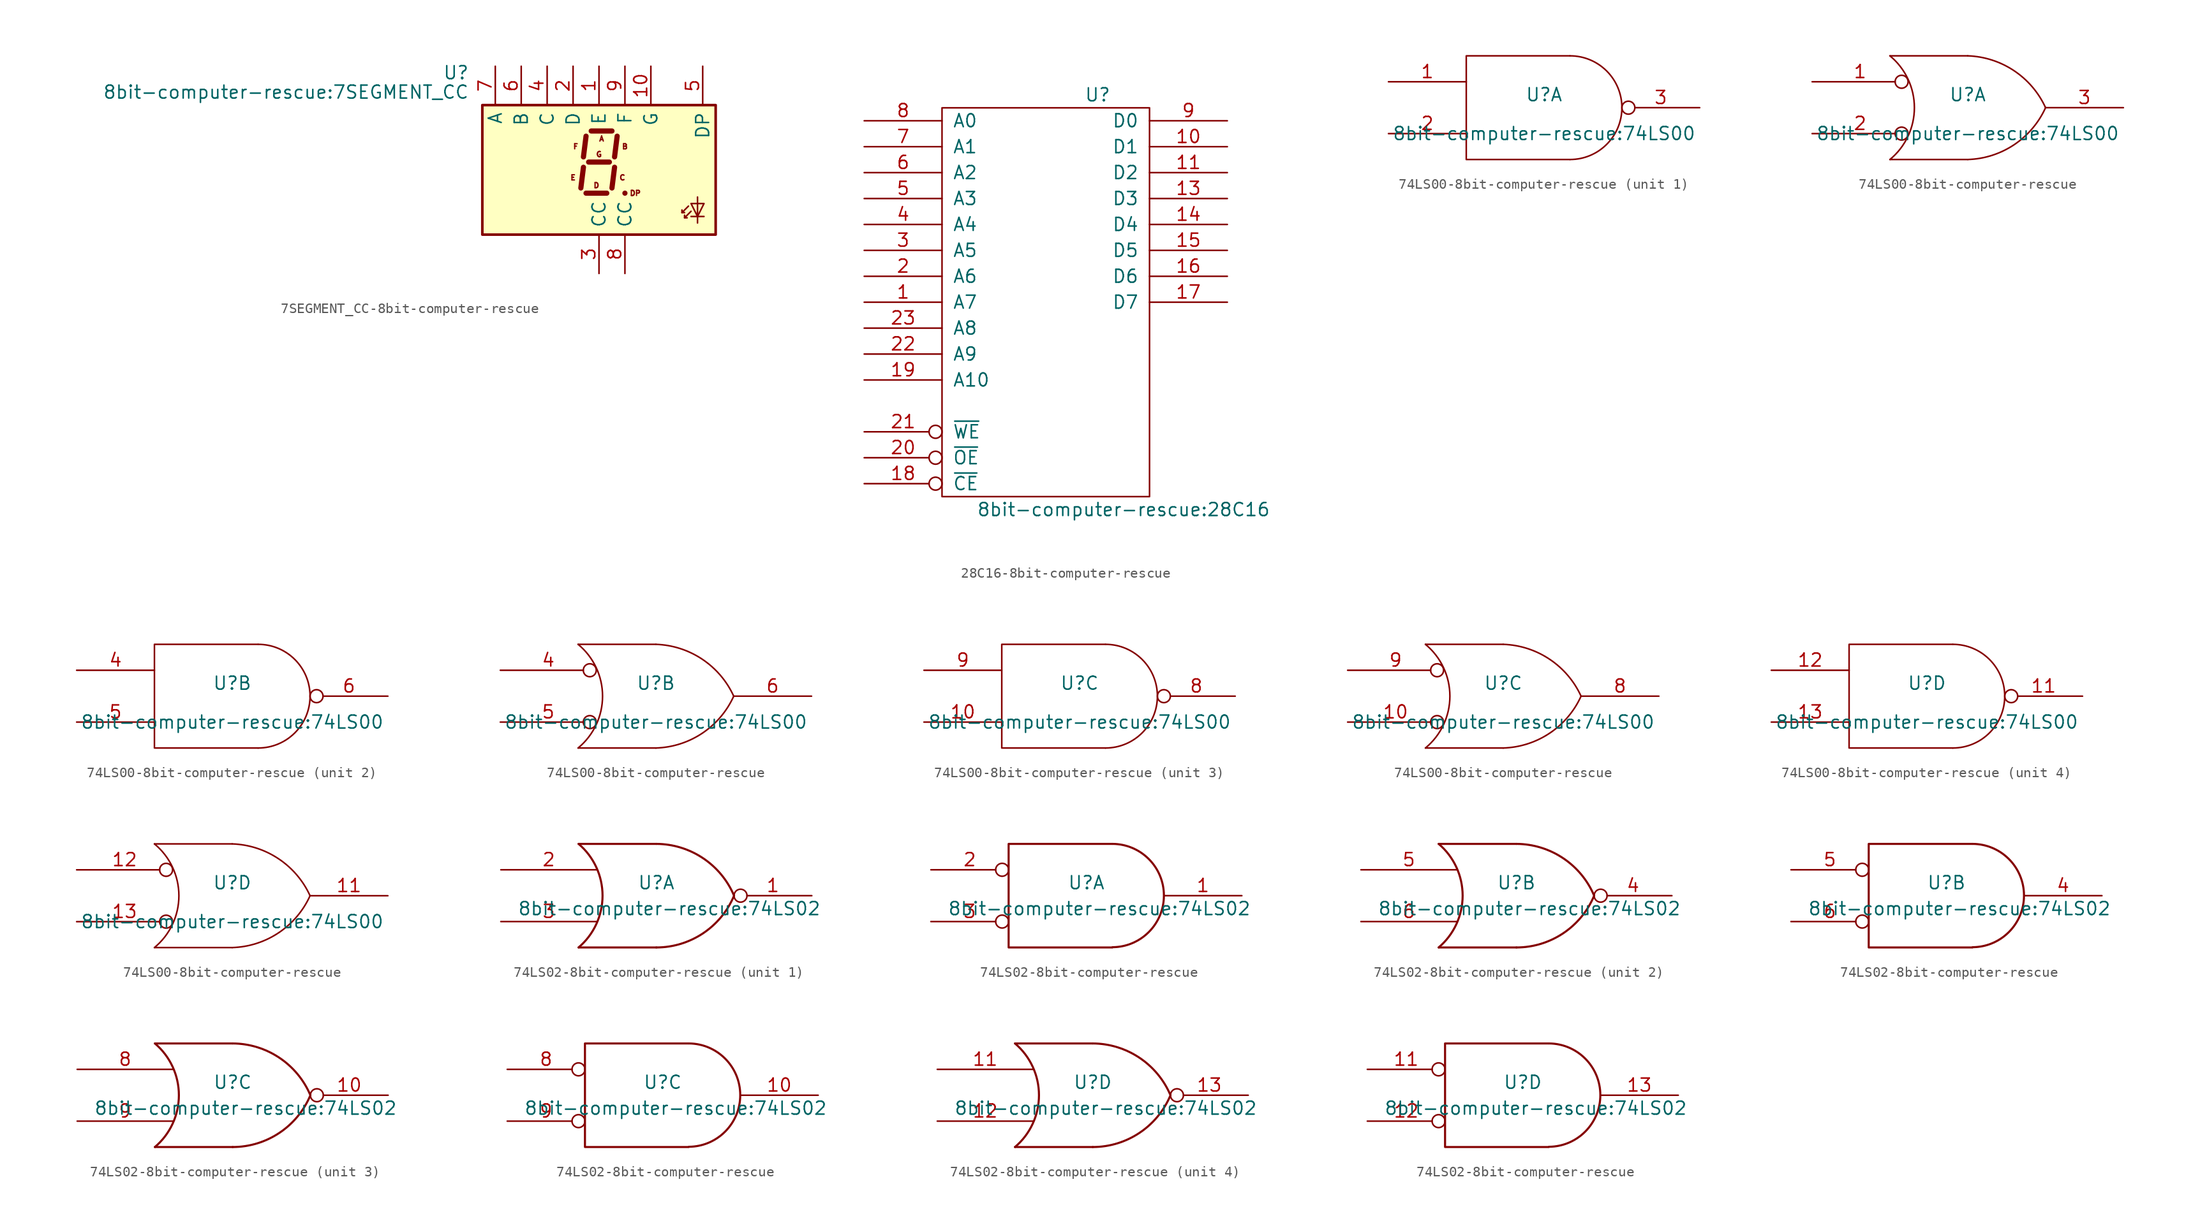
<source format=kicad_sym>
(kicad_symbol_lib
  (version 20220914)
  (generator kicad_symbol_editor)
  (symbol "7SEGMENT_CC-8bit-computer-rescue"
    (pin_names
      (offset 0.635))
    (property "Reference" "U"
      (at -12.7 9.525 0)
      (effects (font (size 1.27 1.27)) (justify right)))
    (property "Value" "8bit-computer-rescue:7SEGMENT_CC"
      (at -12.7 7.62 0)
      (effects (font (size 1.27 1.27)) (justify right)))
    (symbol "7SEGMENT_CC-8bit-computer-rescue_0_0"
      (text "A" (at 0.254 3.048 0) (effects (font (size 0.508 0.508))))
      (text "B" (at 2.54 2.286 0) (effects (font (size 0.508 0.508))))
      (text "C" (at 2.286 -0.762 0) (effects (font (size 0.508 0.508))))
      (text "D" (at -0.254 -1.524 0) (effects (font (size 0.508 0.508))))
      (text "DP" (at 3.556 -2.286 0) (effects (font (size 0.508 0.508))))
      (text "E" (at -2.54 -0.762 0) (effects (font (size 0.508 0.508))))
      (text "F" (at -2.286 2.286 0) (effects (font (size 0.508 0.508))))
      (text "G" (at 0 1.524 0) (effects (font (size 0.508 0.508)))))
    (symbol "7SEGMENT_CC-8bit-computer-rescue_0_1"
      (rectangle (start -11.43 -6.35) (end 11.43 6.35) (stroke (width 0.254) (type solid)) (fill (type background)))
      (polyline (pts (xy -1.524 0.254) (xy -1.778 -1.778)) (stroke (width 0.508) (type solid)) (fill (type none)))
      (polyline (pts (xy -1.27 -2.286) (xy 0.762 -2.286)) (stroke (width 0.508) (type solid)) (fill (type none)))
      (polyline (pts (xy -1.27 3.302) (xy -1.524 1.27)) (stroke (width 0.508) (type solid)) (fill (type none)))
      (polyline (pts (xy -1.016 0.762) (xy 1.016 0.762)) (stroke (width 0.508) (type solid)) (fill (type none)))
      (polyline (pts (xy -0.762 3.81) (xy 1.27 3.81)) (stroke (width 0.508) (type solid)) (fill (type none)))
      (polyline (pts (xy 1.524 0.254) (xy 1.27 -1.778)) (stroke (width 0.508) (type solid)) (fill (type none)))
      (polyline (pts (xy 1.778 3.302) (xy 1.524 1.27)) (stroke (width 0.508) (type solid)) (fill (type none)))
      (polyline (pts (xy 2.54 -2.286) (xy 2.54 -2.286)) (stroke (width 0.508) (type solid)) (fill (type none)))
      (polyline (pts (xy 8.763 -3.556) (xy 8.128 -4.191)) (stroke (width 0) (type solid)) (fill (type none)))
      (polyline (pts (xy 9.017 -4.572) (xy 10.287 -4.572)) (stroke (width 0) (type solid)) (fill (type none)))
      (polyline (pts (xy 9.017 -4.064) (xy 8.382 -4.699)) (stroke (width 0) (type solid)) (fill (type none)))
      (polyline (pts (xy 9.652 -5.207) (xy 9.652 -2.667)) (stroke (width 0) (type solid)) (fill (type none)))
      (polyline (pts (xy 8.128 -3.937) (xy 8.128 -4.191) (xy 8.382 -4.191)) (stroke (width 0) (type solid)) (fill (type none)))
      (polyline (pts (xy 8.382 -4.445) (xy 8.382 -4.699) (xy 8.636 -4.699)) (stroke (width 0) (type solid)) (fill (type none)))
      (polyline (pts (xy 9.017 -3.302) (xy 10.287 -3.302) (xy 9.652 -4.572) (xy 9.017 -3.302)) (stroke (width 0) (type solid)) (fill (type none))))
    (symbol "7SEGMENT_CC-8bit-computer-rescue_1_1"
      (pin input line (at 0 10.16 270) (length 3.81) (name "E" (effects (font (size 1.27 1.27)))) (number "1" (effects (font (size 1.27 1.27)))))
      (pin input line (at 5.08 10.16 270) (length 3.81) (name "G" (effects (font (size 1.27 1.27)))) (number "10" (effects (font (size 1.27 1.27)))))
      (pin input line (at -2.54 10.16 270) (length 3.81) (name "D" (effects (font (size 1.27 1.27)))) (number "2" (effects (font (size 1.27 1.27)))))
      (pin input line (at 0 -10.16 90) (length 3.81) (name "CC" (effects (font (size 1.27 1.27)))) (number "3" (effects (font (size 1.27 1.27)))))
      (pin input line (at -5.08 10.16 270) (length 3.81) (name "C" (effects (font (size 1.27 1.27)))) (number "4" (effects (font (size 1.27 1.27)))))
      (pin input line (at 10.16 10.16 270) (length 3.81) (name "DP" (effects (font (size 1.27 1.27)))) (number "5" (effects (font (size 1.27 1.27)))))
      (pin input line (at -7.62 10.16 270) (length 3.81) (name "B" (effects (font (size 1.27 1.27)))) (number "6" (effects (font (size 1.27 1.27)))))
      (pin input line (at -10.16 10.16 270) (length 3.81) (name "A" (effects (font (size 1.27 1.27)))) (number "7" (effects (font (size 1.27 1.27)))))
      (pin input line (at 2.54 -10.16 90) (length 3.81) (name "CC" (effects (font (size 1.27 1.27)))) (number "8" (effects (font (size 1.27 1.27)))))
      (pin input line (at 2.54 10.16 270) (length 3.81) (name "F" (effects (font (size 1.27 1.27)))) (number "9" (effects (font (size 1.27 1.27)))))))
  (symbol "28C16-8bit-computer-rescue"
    (pin_names
      (offset 1.016))
    (property "Reference" "U"
      (at 5.08 20.32 0)
      (effects (font (size 1.27 1.27))))
    (property "Value" "8bit-computer-rescue:28C16"
      (at 7.62 -20.32 0)
      (effects (font (size 1.27 1.27))))
    (symbol "28C16-8bit-computer-rescue_0_0"
      (pin power_in line (at 0 -20.32 90) (length 1.27) hide (name "GND" (effects (font (size 1.27 1.27)))) (number "12" (effects (font (size 1.27 1.27)))))
      (pin power_in line (at 0 20.32 270) (length 1.27) hide (name "VCC" (effects (font (size 1.27 1.27)))) (number "24" (effects (font (size 1.27 1.27))))))
    (symbol "28C16-8bit-computer-rescue_0_1"
      (rectangle (start -10.16 19.05) (end 10.16 -19.05) (stroke (width 0) (type solid)) (fill (type none))))
    (symbol "28C16-8bit-computer-rescue_1_1"
      (pin input line (at -17.78 0 0) (length 7.62) (name "A7" (effects (font (size 1.27 1.27)))) (number "1" (effects (font (size 1.27 1.27)))))
      (pin tri_state line (at 17.78 15.24 180) (length 7.62) (name "D1" (effects (font (size 1.27 1.27)))) (number "10" (effects (font (size 1.27 1.27)))))
      (pin tri_state line (at 17.78 12.7 180) (length 7.62) (name "D2" (effects (font (size 1.27 1.27)))) (number "11" (effects (font (size 1.27 1.27)))))
      (pin tri_state line (at 17.78 10.16 180) (length 7.62) (name "D3" (effects (font (size 1.27 1.27)))) (number "13" (effects (font (size 1.27 1.27)))))
      (pin tri_state line (at 17.78 7.62 180) (length 7.62) (name "D4" (effects (font (size 1.27 1.27)))) (number "14" (effects (font (size 1.27 1.27)))))
      (pin tri_state line (at 17.78 5.08 180) (length 7.62) (name "D5" (effects (font (size 1.27 1.27)))) (number "15" (effects (font (size 1.27 1.27)))))
      (pin tri_state line (at 17.78 2.54 180) (length 7.62) (name "D6" (effects (font (size 1.27 1.27)))) (number "16" (effects (font (size 1.27 1.27)))))
      (pin tri_state line (at 17.78 0 180) (length 7.62) (name "D7" (effects (font (size 1.27 1.27)))) (number "17" (effects (font (size 1.27 1.27)))))
      (pin input inverted (at -17.78 -17.78 0) (length 7.62) (name "~{CE}" (effects (font (size 1.27 1.27)))) (number "18" (effects (font (size 1.27 1.27)))))
      (pin input line (at -17.78 -7.62 0) (length 7.62) (name "A10" (effects (font (size 1.27 1.27)))) (number "19" (effects (font (size 1.27 1.27)))))
      (pin input line (at -17.78 2.54 0) (length 7.62) (name "A6" (effects (font (size 1.27 1.27)))) (number "2" (effects (font (size 1.27 1.27)))))
      (pin input inverted (at -17.78 -15.24 0) (length 7.62) (name "~{OE}" (effects (font (size 1.27 1.27)))) (number "20" (effects (font (size 1.27 1.27)))))
      (pin input inverted (at -17.78 -12.7 0) (length 7.62) (name "~{WE}" (effects (font (size 1.27 1.27)))) (number "21" (effects (font (size 1.27 1.27)))))
      (pin input line (at -17.78 -5.08 0) (length 7.62) (name "A9" (effects (font (size 1.27 1.27)))) (number "22" (effects (font (size 1.27 1.27)))))
      (pin input line (at -17.78 -2.54 0) (length 7.62) (name "A8" (effects (font (size 1.27 1.27)))) (number "23" (effects (font (size 1.27 1.27)))))
      (pin input line (at -17.78 5.08 0) (length 7.62) (name "A5" (effects (font (size 1.27 1.27)))) (number "3" (effects (font (size 1.27 1.27)))))
      (pin input line (at -17.78 7.62 0) (length 7.62) (name "A4" (effects (font (size 1.27 1.27)))) (number "4" (effects (font (size 1.27 1.27)))))
      (pin input line (at -17.78 10.16 0) (length 7.62) (name "A3" (effects (font (size 1.27 1.27)))) (number "5" (effects (font (size 1.27 1.27)))))
      (pin input line (at -17.78 12.7 0) (length 7.62) (name "A2" (effects (font (size 1.27 1.27)))) (number "6" (effects (font (size 1.27 1.27)))))
      (pin input line (at -17.78 15.24 0) (length 7.62) (name "A1" (effects (font (size 1.27 1.27)))) (number "7" (effects (font (size 1.27 1.27)))))
      (pin input line (at -17.78 17.78 0) (length 7.62) (name "A0" (effects (font (size 1.27 1.27)))) (number "8" (effects (font (size 1.27 1.27)))))
      (pin tri_state line (at 17.78 17.78 180) (length 7.62) (name "D0" (effects (font (size 1.27 1.27)))) (number "9" (effects (font (size 1.27 1.27)))))))
  (symbol "74LS00-8bit-computer-rescue"
    (pin_names
      (offset 0.762))
    (property "Reference" "U"
      (at 0 1.27 0)
      (effects (font (size 1.27 1.27))))
    (property "Value" "8bit-computer-rescue:74LS00"
      (at 0 -2.54 0)
      (effects (font (size 1.27 1.27))))
    (symbol "74LS00-8bit-computer-rescue_0_0"
      (pin power_in line (at -5.08 5.08 270) (length 0) hide (name "VCC" (effects (font (size 1.016 1.016)))) (number "14" (effects (font (size 1.016 1.016)))))
      (pin power_in line (at -5.08 -5.08 90) (length 0) hide (name "GND" (effects (font (size 1.016 1.016)))) (number "7" (effects (font (size 1.016 1.016))))))
    (symbol "74LS00-8bit-computer-rescue_0_1"
      (polyline (pts (xy 2.54 5.08) (xy -7.62 5.08) (xy -7.62 -5.08) (xy 2.54 -5.08)) (stroke (width 0) (type solid)) (fill (type none)))
      (arc (start 2.54 -5.08) (mid 7.5979 0) (end 2.54 5.08) (stroke (width 0) (type solid)) (fill (type none))))
    (symbol "74LS00-8bit-computer-rescue_0_2"
      (arc (start -7.62 -5.08) (mid -5.2253 0) (end -7.62 5.08) (stroke (width 0) (type solid)) (fill (type none)))
      (arc (start 0 -5.08) (mid 4.5408 -3.6305) (end 7.62 0) (stroke (width 0) (type solid)) (fill (type none)))
      (polyline (pts (xy -7.62 -5.08) (xy 0 -5.08)) (stroke (width 0) (type solid)) (fill (type none)))
      (polyline (pts (xy -7.62 5.08) (xy 0 5.08)) (stroke (width 0) (type solid)) (fill (type none)))
      (arc (start 7.62 0) (mid 4.5343 3.6226) (end 0 5.08) (stroke (width 0) (type solid)) (fill (type none))))
    (symbol "74LS00-8bit-computer-rescue_1_1"
      (pin input line (at -15.24 2.54 0) (length 7.62) (name "~" (effects (font (size 1.27 1.27)))) (number "1" (effects (font (size 1.27 1.27)))))
      (pin input line (at -15.24 -2.54 0) (length 7.62) (name "~" (effects (font (size 1.27 1.27)))) (number "2" (effects (font (size 1.27 1.27)))))
      (pin output inverted (at 15.24 0 180) (length 7.62) (name "~" (effects (font (size 1.27 1.27)))) (number "3" (effects (font (size 1.27 1.27))))))
    (symbol "74LS00-8bit-computer-rescue_1_2"
      (pin input inverted (at -15.24 2.54 0) (length 9.398) (name "~" (effects (font (size 1.27 1.27)))) (number "1" (effects (font (size 1.27 1.27)))))
      (pin input inverted (at -15.24 -2.54 0) (length 9.398) (name "~" (effects (font (size 1.27 1.27)))) (number "2" (effects (font (size 1.27 1.27)))))
      (pin output line (at 15.24 0 180) (length 7.62) (name "~" (effects (font (size 1.27 1.27)))) (number "3" (effects (font (size 1.27 1.27))))))
    (symbol "74LS00-8bit-computer-rescue_2_1"
      (pin input line (at -15.24 2.54 0) (length 7.62) (name "~" (effects (font (size 1.27 1.27)))) (number "4" (effects (font (size 1.27 1.27)))))
      (pin input line (at -15.24 -2.54 0) (length 7.62) (name "~" (effects (font (size 1.27 1.27)))) (number "5" (effects (font (size 1.27 1.27)))))
      (pin output inverted (at 15.24 0 180) (length 7.62) (name "~" (effects (font (size 1.27 1.27)))) (number "6" (effects (font (size 1.27 1.27))))))
    (symbol "74LS00-8bit-computer-rescue_2_2"
      (pin input inverted (at -15.24 2.54 0) (length 9.398) (name "~" (effects (font (size 1.27 1.27)))) (number "4" (effects (font (size 1.27 1.27)))))
      (pin input inverted (at -15.24 -2.54 0) (length 9.398) (name "~" (effects (font (size 1.27 1.27)))) (number "5" (effects (font (size 1.27 1.27)))))
      (pin output line (at 15.24 0 180) (length 7.62) (name "~" (effects (font (size 1.27 1.27)))) (number "6" (effects (font (size 1.27 1.27))))))
    (symbol "74LS00-8bit-computer-rescue_3_1"
      (pin input line (at -15.24 -2.54 0) (length 7.62) (name "~" (effects (font (size 1.27 1.27)))) (number "10" (effects (font (size 1.27 1.27)))))
      (pin output inverted (at 15.24 0 180) (length 7.62) (name "~" (effects (font (size 1.27 1.27)))) (number "8" (effects (font (size 1.27 1.27)))))
      (pin input line (at -15.24 2.54 0) (length 7.62) (name "~" (effects (font (size 1.27 1.27)))) (number "9" (effects (font (size 1.27 1.27))))))
    (symbol "74LS00-8bit-computer-rescue_3_2"
      (pin input inverted (at -15.24 -2.54 0) (length 9.398) (name "~" (effects (font (size 1.27 1.27)))) (number "10" (effects (font (size 1.27 1.27)))))
      (pin output line (at 15.24 0 180) (length 7.62) (name "~" (effects (font (size 1.27 1.27)))) (number "8" (effects (font (size 1.27 1.27)))))
      (pin input inverted (at -15.24 2.54 0) (length 9.398) (name "~" (effects (font (size 1.27 1.27)))) (number "9" (effects (font (size 1.27 1.27))))))
    (symbol "74LS00-8bit-computer-rescue_4_1"
      (pin output inverted (at 15.24 0 180) (length 7.62) (name "~" (effects (font (size 1.27 1.27)))) (number "11" (effects (font (size 1.27 1.27)))))
      (pin input line (at -15.24 2.54 0) (length 7.62) (name "~" (effects (font (size 1.27 1.27)))) (number "12" (effects (font (size 1.27 1.27)))))
      (pin input line (at -15.24 -2.54 0) (length 7.62) (name "~" (effects (font (size 1.27 1.27)))) (number "13" (effects (font (size 1.27 1.27))))))
    (symbol "74LS00-8bit-computer-rescue_4_2"
      (pin output line (at 15.24 0 180) (length 7.62) (name "~" (effects (font (size 1.27 1.27)))) (number "11" (effects (font (size 1.27 1.27)))))
      (pin input inverted (at -15.24 2.54 0) (length 9.398) (name "~" (effects (font (size 1.27 1.27)))) (number "12" (effects (font (size 1.27 1.27)))))
      (pin input inverted (at -15.24 -2.54 0) (length 9.398) (name "~" (effects (font (size 1.27 1.27)))) (number "13" (effects (font (size 1.27 1.27)))))))
  (symbol "74LS02-8bit-computer-rescue"
    (pin_names
      (offset 0.762))
    (property "Reference" "U"
      (at 0 1.27 0)
      (effects (font (size 1.27 1.27))))
    (property "Value" "8bit-computer-rescue:74LS02"
      (at 1.27 -1.27 0)
      (effects (font (size 1.27 1.27))))
    (symbol "74LS02-8bit-computer-rescue_0_0"
      (pin power_in line (at -5.08 5.08 270) (length 0) hide (name "VCC" (effects (font (size 1.016 1.016)))) (number "14" (effects (font (size 1.016 1.016)))))
      (pin power_in line (at -5.08 -5.08 90) (length 0) hide (name "GND" (effects (font (size 1.016 1.016)))) (number "7" (effects (font (size 1.016 1.016))))))
    (symbol "74LS02-8bit-computer-rescue_0_1"
      (arc (start -7.62 -5.08) (mid -5.2708 0) (end -7.62 5.08) (stroke (width 0.2032) (type solid)) (fill (type none)))
      (arc (start 0 -5.08) (mid 4.5812 -3.6906) (end 7.62 0) (stroke (width 0.2032) (type solid)) (fill (type none)))
      (polyline (pts (xy -7.62 -5.08) (xy 0 -5.08)) (stroke (width 0.203) (type solid)) (fill (type none)))
      (polyline (pts (xy -7.62 5.08) (xy 0 5.08)) (stroke (width 0.203) (type solid)) (fill (type none)))
      (arc (start 7.62 0) (mid 4.5727 3.6819) (end 0 5.08) (stroke (width 0.2032) (type solid)) (fill (type none))))
    (symbol "74LS02-8bit-computer-rescue_0_2"
      (polyline (pts (xy 2.54 5.08) (xy -7.62 5.08) (xy -7.62 -5.08) (xy 2.54 -5.08)) (stroke (width 0.203) (type solid)) (fill (type none)))
      (arc (start 2.5654 -5.0546) (mid 7.5947 0.0001) (end 2.5654 5.08) (stroke (width 0.2032) (type solid)) (fill (type none))))
    (symbol "74LS02-8bit-computer-rescue_1_1"
      (pin output inverted (at 15.24 0 180) (length 7.62) (name "~" (effects (font (size 1.27 1.27)))) (number "1" (effects (font (size 1.27 1.27)))))
      (pin input line (at -15.24 2.54 0) (length 9.398) (name "~" (effects (font (size 1.27 1.27)))) (number "2" (effects (font (size 1.27 1.27)))))
      (pin input line (at -15.24 -2.54 0) (length 9.398) (name "~" (effects (font (size 1.27 1.27)))) (number "3" (effects (font (size 1.27 1.27))))))
    (symbol "74LS02-8bit-computer-rescue_1_2"
      (pin output line (at 15.24 0 180) (length 7.62) (name "~" (effects (font (size 1.27 1.27)))) (number "1" (effects (font (size 1.27 1.27)))))
      (pin input inverted (at -15.24 2.54 0) (length 7.62) (name "~" (effects (font (size 1.27 1.27)))) (number "2" (effects (font (size 1.27 1.27)))))
      (pin input inverted (at -15.24 -2.54 0) (length 7.62) (name "~" (effects (font (size 1.27 1.27)))) (number "3" (effects (font (size 1.27 1.27))))))
    (symbol "74LS02-8bit-computer-rescue_2_1"
      (pin output inverted (at 15.24 0 180) (length 7.62) (name "~" (effects (font (size 1.27 1.27)))) (number "4" (effects (font (size 1.27 1.27)))))
      (pin input line (at -15.24 2.54 0) (length 9.398) (name "~" (effects (font (size 1.27 1.27)))) (number "5" (effects (font (size 1.27 1.27)))))
      (pin input line (at -15.24 -2.54 0) (length 9.398) (name "~" (effects (font (size 1.27 1.27)))) (number "6" (effects (font (size 1.27 1.27))))))
    (symbol "74LS02-8bit-computer-rescue_2_2"
      (pin output line (at 15.24 0 180) (length 7.62) (name "~" (effects (font (size 1.27 1.27)))) (number "4" (effects (font (size 1.27 1.27)))))
      (pin input inverted (at -15.24 2.54 0) (length 7.62) (name "~" (effects (font (size 1.27 1.27)))) (number "5" (effects (font (size 1.27 1.27)))))
      (pin input inverted (at -15.24 -2.54 0) (length 7.62) (name "~" (effects (font (size 1.27 1.27)))) (number "6" (effects (font (size 1.27 1.27))))))
    (symbol "74LS02-8bit-computer-rescue_3_1"
      (pin output inverted (at 15.24 0 180) (length 7.62) (name "~" (effects (font (size 1.27 1.27)))) (number "10" (effects (font (size 1.27 1.27)))))
      (pin input line (at -15.24 2.54 0) (length 9.398) (name "~" (effects (font (size 1.27 1.27)))) (number "8" (effects (font (size 1.27 1.27)))))
      (pin input line (at -15.24 -2.54 0) (length 9.398) (name "~" (effects (font (size 1.27 1.27)))) (number "9" (effects (font (size 1.27 1.27))))))
    (symbol "74LS02-8bit-computer-rescue_3_2"
      (pin output line (at 15.24 0 180) (length 7.62) (name "~" (effects (font (size 1.27 1.27)))) (number "10" (effects (font (size 1.27 1.27)))))
      (pin input inverted (at -15.24 2.54 0) (length 7.62) (name "~" (effects (font (size 1.27 1.27)))) (number "8" (effects (font (size 1.27 1.27)))))
      (pin input inverted (at -15.24 -2.54 0) (length 7.62) (name "~" (effects (font (size 1.27 1.27)))) (number "9" (effects (font (size 1.27 1.27))))))
    (symbol "74LS02-8bit-computer-rescue_4_1"
      (pin input line (at -15.24 2.54 0) (length 9.398) (name "~" (effects (font (size 1.27 1.27)))) (number "11" (effects (font (size 1.27 1.27)))))
      (pin input line (at -15.24 -2.54 0) (length 9.398) (name "~" (effects (font (size 1.27 1.27)))) (number "12" (effects (font (size 1.27 1.27)))))
      (pin output inverted (at 15.24 0 180) (length 7.62) (name "~" (effects (font (size 1.27 1.27)))) (number "13" (effects (font (size 1.27 1.27))))))
    (symbol "74LS02-8bit-computer-rescue_4_2"
      (pin input inverted (at -15.24 2.54 0) (length 7.62) (name "~" (effects (font (size 1.27 1.27)))) (number "11" (effects (font (size 1.27 1.27)))))
      (pin input inverted (at -15.24 -2.54 0) (length 7.62) (name "~" (effects (font (size 1.27 1.27)))) (number "12" (effects (font (size 1.27 1.27)))))
      (pin output line (at 15.24 0 180) (length 7.62) (name "~" (effects (font (size 1.27 1.27)))) (number "13" (effects (font (size 1.27 1.27))))))))
</source>
